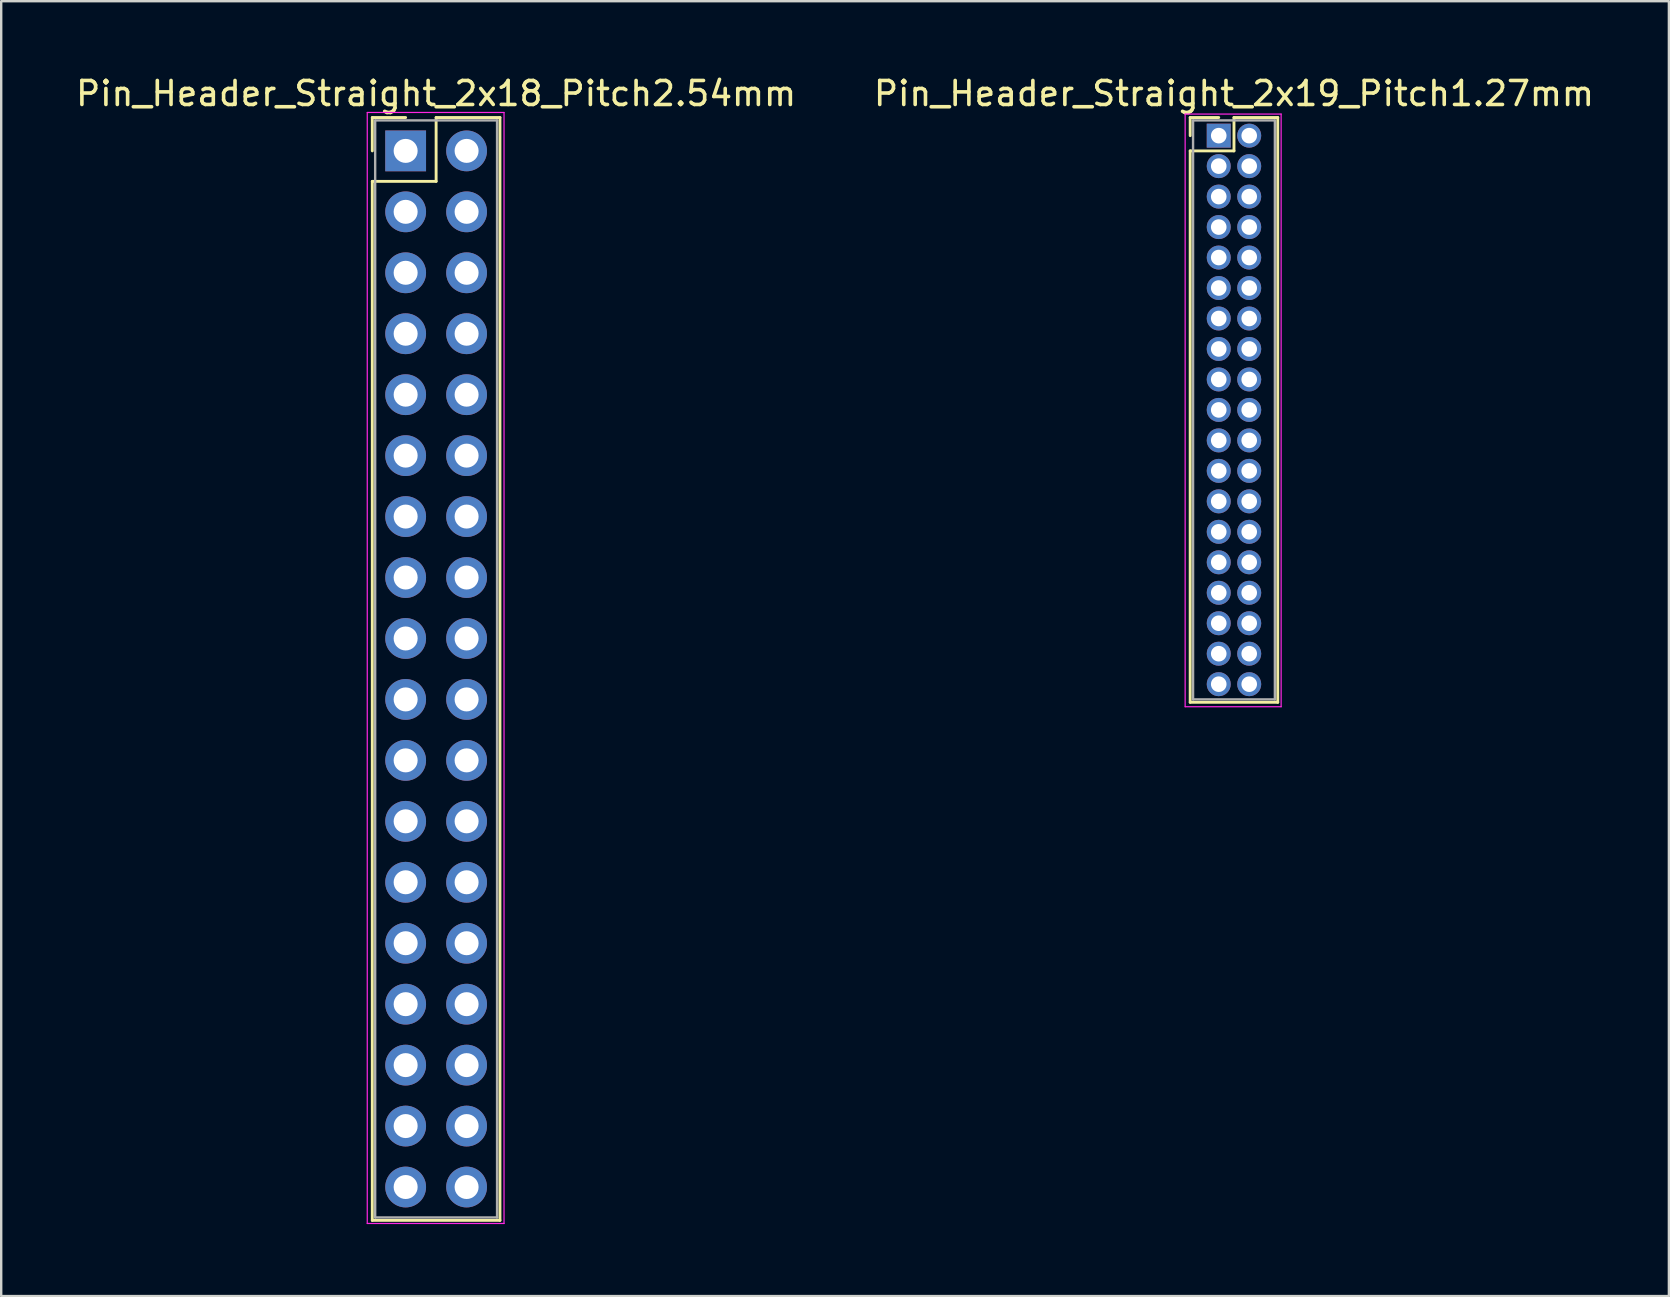
<source format=kicad_pcb>
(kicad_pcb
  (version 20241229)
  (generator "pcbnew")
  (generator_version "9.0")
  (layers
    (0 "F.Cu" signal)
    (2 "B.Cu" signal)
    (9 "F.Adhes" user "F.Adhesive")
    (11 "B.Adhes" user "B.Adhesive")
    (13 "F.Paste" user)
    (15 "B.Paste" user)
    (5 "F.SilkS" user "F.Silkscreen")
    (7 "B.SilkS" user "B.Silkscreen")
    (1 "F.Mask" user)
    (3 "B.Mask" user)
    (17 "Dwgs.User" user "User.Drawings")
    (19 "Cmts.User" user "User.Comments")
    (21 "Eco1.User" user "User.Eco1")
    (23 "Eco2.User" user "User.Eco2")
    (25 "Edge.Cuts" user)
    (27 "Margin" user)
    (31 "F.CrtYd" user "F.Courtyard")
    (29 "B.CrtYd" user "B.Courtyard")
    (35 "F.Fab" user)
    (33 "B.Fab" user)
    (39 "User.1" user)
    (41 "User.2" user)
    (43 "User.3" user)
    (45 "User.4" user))
  (footprint "Pin_Header_Straight_2x18_Pitch2.54mm"
    (layer "F.Cu")
    (at 13.855 3.238)
    (property "Reference" "Pin_Header_Straight_2x18_Pitch2.54mm" (at 1.27 -2.39 0) (layer "F.SilkS") (effects (font (size 1 1) (thickness 0.15))))
    (attr through_hole)
    (fp_line (start -1.39 -1.39) (end 0 -1.39) (stroke (width 0.12) (type solid)) (layer "F.SilkS"))
    (fp_line (start -1.39 0) (end -1.39 -1.39) (stroke (width 0.12) (type solid)) (layer "F.SilkS"))
    (fp_line (start -1.39 1.27) (end -1.39 44.57) (stroke (width 0.12) (type solid)) (layer "F.SilkS"))
    (fp_line (start -1.39 44.57) (end 3.93 44.57) (stroke (width 0.12) (type solid)) (layer "F.SilkS"))
    (fp_line (start 1.27 -1.39) (end 1.27 1.27) (stroke (width 0.12) (type solid)) (layer "F.SilkS"))
    (fp_line (start 1.27 1.27) (end -1.39 1.27) (stroke (width 0.12) (type solid)) (layer "F.SilkS"))
    (fp_line (start 3.93 -1.39) (end 1.27 -1.39) (stroke (width 0.12) (type solid)) (layer "F.SilkS"))
    (fp_line (start 3.93 44.57) (end 3.93 -1.39) (stroke (width 0.12) (type solid)) (layer "F.SilkS"))
    (fp_line (start -1.6 -1.6) (end -1.6 44.7) (stroke (width 0.05) (type solid)) (layer "F.CrtYd"))
    (fp_line (start -1.6 44.7) (end 4.1 44.7) (stroke (width 0.05) (type solid)) (layer "F.CrtYd"))
    (fp_line (start 4.1 -1.6) (end -1.6 -1.6) (stroke (width 0.05) (type solid)) (layer "F.CrtYd"))
    (fp_line (start 4.1 44.7) (end 4.1 -1.6) (stroke (width 0.05) (type solid)) (layer "F.CrtYd"))
    (fp_line (start -1.27 -1.27) (end -1.27 44.45) (stroke (width 0.1) (type solid)) (layer "F.Fab"))
    (fp_line (start -1.27 44.45) (end 3.81 44.45) (stroke (width 0.1) (type solid)) (layer "F.Fab"))
    (fp_line (start 3.81 -1.27) (end -1.27 -1.27) (stroke (width 0.1) (type solid)) (layer "F.Fab"))
    (fp_line (start 3.81 44.45) (end 3.81 -1.27) (stroke (width 0.1) (type solid)) (layer "F.Fab"))
    (pad "1" thru_hole rect (at 0 0) (size 1.7 1.7) (drill 1) (layers "*.Cu" "*.Mask"))
    (pad "2" thru_hole oval (at 2.54 0) (size 1.7 1.7) (drill 1) (layers "*.Cu" "*.Mask"))
    (pad "3" thru_hole oval (at 0 2.54) (size 1.7 1.7) (drill 1) (layers "*.Cu" "*.Mask"))
    (pad "4" thru_hole oval (at 2.54 2.54) (size 1.7 1.7) (drill 1) (layers "*.Cu" "*.Mask"))
    (pad "5" thru_hole oval (at 0 5.08) (size 1.7 1.7) (drill 1) (layers "*.Cu" "*.Mask"))
    (pad "6" thru_hole oval (at 2.54 5.08) (size 1.7 1.7) (drill 1) (layers "*.Cu" "*.Mask"))
    (pad "7" thru_hole oval (at 0 7.62) (size 1.7 1.7) (drill 1) (layers "*.Cu" "*.Mask"))
    (pad "8" thru_hole oval (at 2.54 7.62) (size 1.7 1.7) (drill 1) (layers "*.Cu" "*.Mask"))
    (pad "9" thru_hole oval (at 0 10.16) (size 1.7 1.7) (drill 1) (layers "*.Cu" "*.Mask"))
    (pad "10" thru_hole oval (at 2.54 10.16) (size 1.7 1.7) (drill 1) (layers "*.Cu" "*.Mask"))
    (pad "11" thru_hole oval (at 0 12.7) (size 1.7 1.7) (drill 1) (layers "*.Cu" "*.Mask"))
    (pad "12" thru_hole oval (at 2.54 12.7) (size 1.7 1.7) (drill 1) (layers "*.Cu" "*.Mask"))
    (pad "13" thru_hole oval (at 0 15.24) (size 1.7 1.7) (drill 1) (layers "*.Cu" "*.Mask"))
    (pad "14" thru_hole oval (at 2.54 15.24) (size 1.7 1.7) (drill 1) (layers "*.Cu" "*.Mask"))
    (pad "15" thru_hole oval (at 0 17.78) (size 1.7 1.7) (drill 1) (layers "*.Cu" "*.Mask"))
    (pad "16" thru_hole oval (at 2.54 17.78) (size 1.7 1.7) (drill 1) (layers "*.Cu" "*.Mask"))
    (pad "17" thru_hole oval (at 0 20.32) (size 1.7 1.7) (drill 1) (layers "*.Cu" "*.Mask"))
    (pad "18" thru_hole oval (at 2.54 20.32) (size 1.7 1.7) (drill 1) (layers "*.Cu" "*.Mask"))
    (pad "19" thru_hole oval (at 0 22.86) (size 1.7 1.7) (drill 1) (layers "*.Cu" "*.Mask"))
    (pad "20" thru_hole oval (at 2.54 22.86) (size 1.7 1.7) (drill 1) (layers "*.Cu" "*.Mask"))
    (pad "21" thru_hole oval (at 0 25.4) (size 1.7 1.7) (drill 1) (layers "*.Cu" "*.Mask"))
    (pad "22" thru_hole oval (at 2.54 25.4) (size 1.7 1.7) (drill 1) (layers "*.Cu" "*.Mask"))
    (pad "23" thru_hole oval (at 0 27.94) (size 1.7 1.7) (drill 1) (layers "*.Cu" "*.Mask"))
    (pad "24" thru_hole oval (at 2.54 27.94) (size 1.7 1.7) (drill 1) (layers "*.Cu" "*.Mask"))
    (pad "25" thru_hole oval (at 0 30.48) (size 1.7 1.7) (drill 1) (layers "*.Cu" "*.Mask"))
    (pad "26" thru_hole oval (at 2.54 30.48) (size 1.7 1.7) (drill 1) (layers "*.Cu" "*.Mask"))
    (pad "27" thru_hole oval (at 0 33.02) (size 1.7 1.7) (drill 1) (layers "*.Cu" "*.Mask"))
    (pad "28" thru_hole oval (at 2.54 33.02) (size 1.7 1.7) (drill 1) (layers "*.Cu" "*.Mask"))
    (pad "29" thru_hole oval (at 0 35.56) (size 1.7 1.7) (drill 1) (layers "*.Cu" "*.Mask"))
    (pad "30" thru_hole oval (at 2.54 35.56) (size 1.7 1.7) (drill 1) (layers "*.Cu" "*.Mask"))
    (pad "31" thru_hole oval (at 0 38.1) (size 1.7 1.7) (drill 1) (layers "*.Cu" "*.Mask"))
    (pad "32" thru_hole oval (at 2.54 38.1) (size 1.7 1.7) (drill 1) (layers "*.Cu" "*.Mask"))
    (pad "33" thru_hole oval (at 0 40.64) (size 1.7 1.7) (drill 1) (layers "*.Cu" "*.Mask"))
    (pad "34" thru_hole oval (at 2.54 40.64) (size 1.7 1.7) (drill 1) (layers "*.Cu" "*.Mask"))
    (pad "35" thru_hole oval (at 0 43.18) (size 1.7 1.7) (drill 1) (layers "*.Cu" "*.Mask"))
    (pad "36" thru_hole oval (at 2.54 43.18) (size 1.7 1.7) (drill 1) (layers "*.Cu" "*.Mask")))
  (footprint "Pin_Header_Straight_2x19_Pitch1.27mm"
    (layer "F.Cu")
    (at 47.74 2.603)
    (property "Reference" "Pin_Header_Straight_2x19_Pitch1.27mm" (at 0.635 -1.755 0) (layer "F.SilkS") (effects (font (size 1 1) (thickness 0.15))))
    (attr through_hole)
    (fp_line (start -1.19 -0.755) (end 0 -0.755) (stroke (width 0.12) (type solid)) (layer "F.SilkS"))
    (fp_line (start -1.19 0) (end -1.19 -0.755) (stroke (width 0.12) (type solid)) (layer "F.SilkS"))
    (fp_line (start -1.19 0.635) (end -1.19 23.615) (stroke (width 0.12) (type solid)) (layer "F.SilkS"))
    (fp_line (start -1.19 23.615) (end 2.46 23.615) (stroke (width 0.12) (type solid)) (layer "F.SilkS"))
    (fp_line (start 0.635 -0.755) (end 0.635 0.635) (stroke (width 0.12) (type solid)) (layer "F.SilkS"))
    (fp_line (start 0.635 0.635) (end -1.19 0.635) (stroke (width 0.12) (type solid)) (layer "F.SilkS"))
    (fp_line (start 2.46 -0.755) (end 0.635 -0.755) (stroke (width 0.12) (type solid)) (layer "F.SilkS"))
    (fp_line (start 2.46 23.615) (end 2.46 -0.755) (stroke (width 0.12) (type solid)) (layer "F.SilkS"))
    (fp_line (start -1.4 -0.9) (end -1.4 23.8) (stroke (width 0.05) (type solid)) (layer "F.CrtYd"))
    (fp_line (start -1.4 23.8) (end 2.6 23.8) (stroke (width 0.05) (type solid)) (layer "F.CrtYd"))
    (fp_line (start 2.6 -0.9) (end -1.4 -0.9) (stroke (width 0.05) (type solid)) (layer "F.CrtYd"))
    (fp_line (start 2.6 23.8) (end 2.6 -0.9) (stroke (width 0.05) (type solid)) (layer "F.CrtYd"))
    (fp_line (start -1.07 -0.635) (end -1.07 23.495) (stroke (width 0.1) (type solid)) (layer "F.Fab"))
    (fp_line (start -1.07 23.495) (end 2.34 23.495) (stroke (width 0.1) (type solid)) (layer "F.Fab"))
    (fp_line (start 2.34 -0.635) (end -1.07 -0.635) (stroke (width 0.1) (type solid)) (layer "F.Fab"))
    (fp_line (start 2.34 23.495) (end 2.34 -0.635) (stroke (width 0.1) (type solid)) (layer "F.Fab"))
    (pad "1" thru_hole rect (at 0 0) (size 1 1) (drill 0.65) (layers "*.Cu" "*.Mask"))
    (pad "2" thru_hole oval (at 1.27 0) (size 1 1) (drill 0.65) (layers "*.Cu" "*.Mask"))
    (pad "3" thru_hole oval (at 0 1.27) (size 1 1) (drill 0.65) (layers "*.Cu" "*.Mask"))
    (pad "4" thru_hole oval (at 1.27 1.27) (size 1 1) (drill 0.65) (layers "*.Cu" "*.Mask"))
    (pad "5" thru_hole oval (at 0 2.54) (size 1 1) (drill 0.65) (layers "*.Cu" "*.Mask"))
    (pad "6" thru_hole oval (at 1.27 2.54) (size 1 1) (drill 0.65) (layers "*.Cu" "*.Mask"))
    (pad "7" thru_hole oval (at 0 3.81) (size 1 1) (drill 0.65) (layers "*.Cu" "*.Mask"))
    (pad "8" thru_hole oval (at 1.27 3.81) (size 1 1) (drill 0.65) (layers "*.Cu" "*.Mask"))
    (pad "9" thru_hole oval (at 0 5.08) (size 1 1) (drill 0.65) (layers "*.Cu" "*.Mask"))
    (pad "10" thru_hole oval (at 1.27 5.08) (size 1 1) (drill 0.65) (layers "*.Cu" "*.Mask"))
    (pad "11" thru_hole oval (at 0 6.35) (size 1 1) (drill 0.65) (layers "*.Cu" "*.Mask"))
    (pad "12" thru_hole oval (at 1.27 6.35) (size 1 1) (drill 0.65) (layers "*.Cu" "*.Mask"))
    (pad "13" thru_hole oval (at 0 7.62) (size 1 1) (drill 0.65) (layers "*.Cu" "*.Mask"))
    (pad "14" thru_hole oval (at 1.27 7.62) (size 1 1) (drill 0.65) (layers "*.Cu" "*.Mask"))
    (pad "15" thru_hole oval (at 0 8.89) (size 1 1) (drill 0.65) (layers "*.Cu" "*.Mask"))
    (pad "16" thru_hole oval (at 1.27 8.89) (size 1 1) (drill 0.65) (layers "*.Cu" "*.Mask"))
    (pad "17" thru_hole oval (at 0 10.16) (size 1 1) (drill 0.65) (layers "*.Cu" "*.Mask"))
    (pad "18" thru_hole oval (at 1.27 10.16) (size 1 1) (drill 0.65) (layers "*.Cu" "*.Mask"))
    (pad "19" thru_hole oval (at 0 11.43) (size 1 1) (drill 0.65) (layers "*.Cu" "*.Mask"))
    (pad "20" thru_hole oval (at 1.27 11.43) (size 1 1) (drill 0.65) (layers "*.Cu" "*.Mask"))
    (pad "21" thru_hole oval (at 0 12.7) (size 1 1) (drill 0.65) (layers "*.Cu" "*.Mask"))
    (pad "22" thru_hole oval (at 1.27 12.7) (size 1 1) (drill 0.65) (layers "*.Cu" "*.Mask"))
    (pad "23" thru_hole oval (at 0 13.97) (size 1 1) (drill 0.65) (layers "*.Cu" "*.Mask"))
    (pad "24" thru_hole oval (at 1.27 13.97) (size 1 1) (drill 0.65) (layers "*.Cu" "*.Mask"))
    (pad "25" thru_hole oval (at 0 15.24) (size 1 1) (drill 0.65) (layers "*.Cu" "*.Mask"))
    (pad "26" thru_hole oval (at 1.27 15.24) (size 1 1) (drill 0.65) (layers "*.Cu" "*.Mask"))
    (pad "27" thru_hole oval (at 0 16.51) (size 1 1) (drill 0.65) (layers "*.Cu" "*.Mask"))
    (pad "28" thru_hole oval (at 1.27 16.51) (size 1 1) (drill 0.65) (layers "*.Cu" "*.Mask"))
    (pad "29" thru_hole oval (at 0 17.78) (size 1 1) (drill 0.65) (layers "*.Cu" "*.Mask"))
    (pad "30" thru_hole oval (at 1.27 17.78) (size 1 1) (drill 0.65) (layers "*.Cu" "*.Mask"))
    (pad "31" thru_hole oval (at 0 19.05) (size 1 1) (drill 0.65) (layers "*.Cu" "*.Mask"))
    (pad "32" thru_hole oval (at 1.27 19.05) (size 1 1) (drill 0.65) (layers "*.Cu" "*.Mask"))
    (pad "33" thru_hole oval (at 0 20.32) (size 1 1) (drill 0.65) (layers "*.Cu" "*.Mask"))
    (pad "34" thru_hole oval (at 1.27 20.32) (size 1 1) (drill 0.65) (layers "*.Cu" "*.Mask"))
    (pad "35" thru_hole oval (at 0 21.59) (size 1 1) (drill 0.65) (layers "*.Cu" "*.Mask"))
    (pad "36" thru_hole oval (at 1.27 21.59) (size 1 1) (drill 0.65) (layers "*.Cu" "*.Mask"))
    (pad "37" thru_hole oval (at 0 22.86) (size 1 1) (drill 0.65) (layers "*.Cu" "*.Mask"))
    (pad "38" thru_hole oval (at 1.27 22.86) (size 1 1) (drill 0.65) (layers "*.Cu" "*.Mask")))
  (gr_rect
    (start -3 -3)
    (end 66.5 50.963)
    (stroke (width 0.1) (type default))
    (fill no)
    (layer "Edge.Cuts")))
</source>
